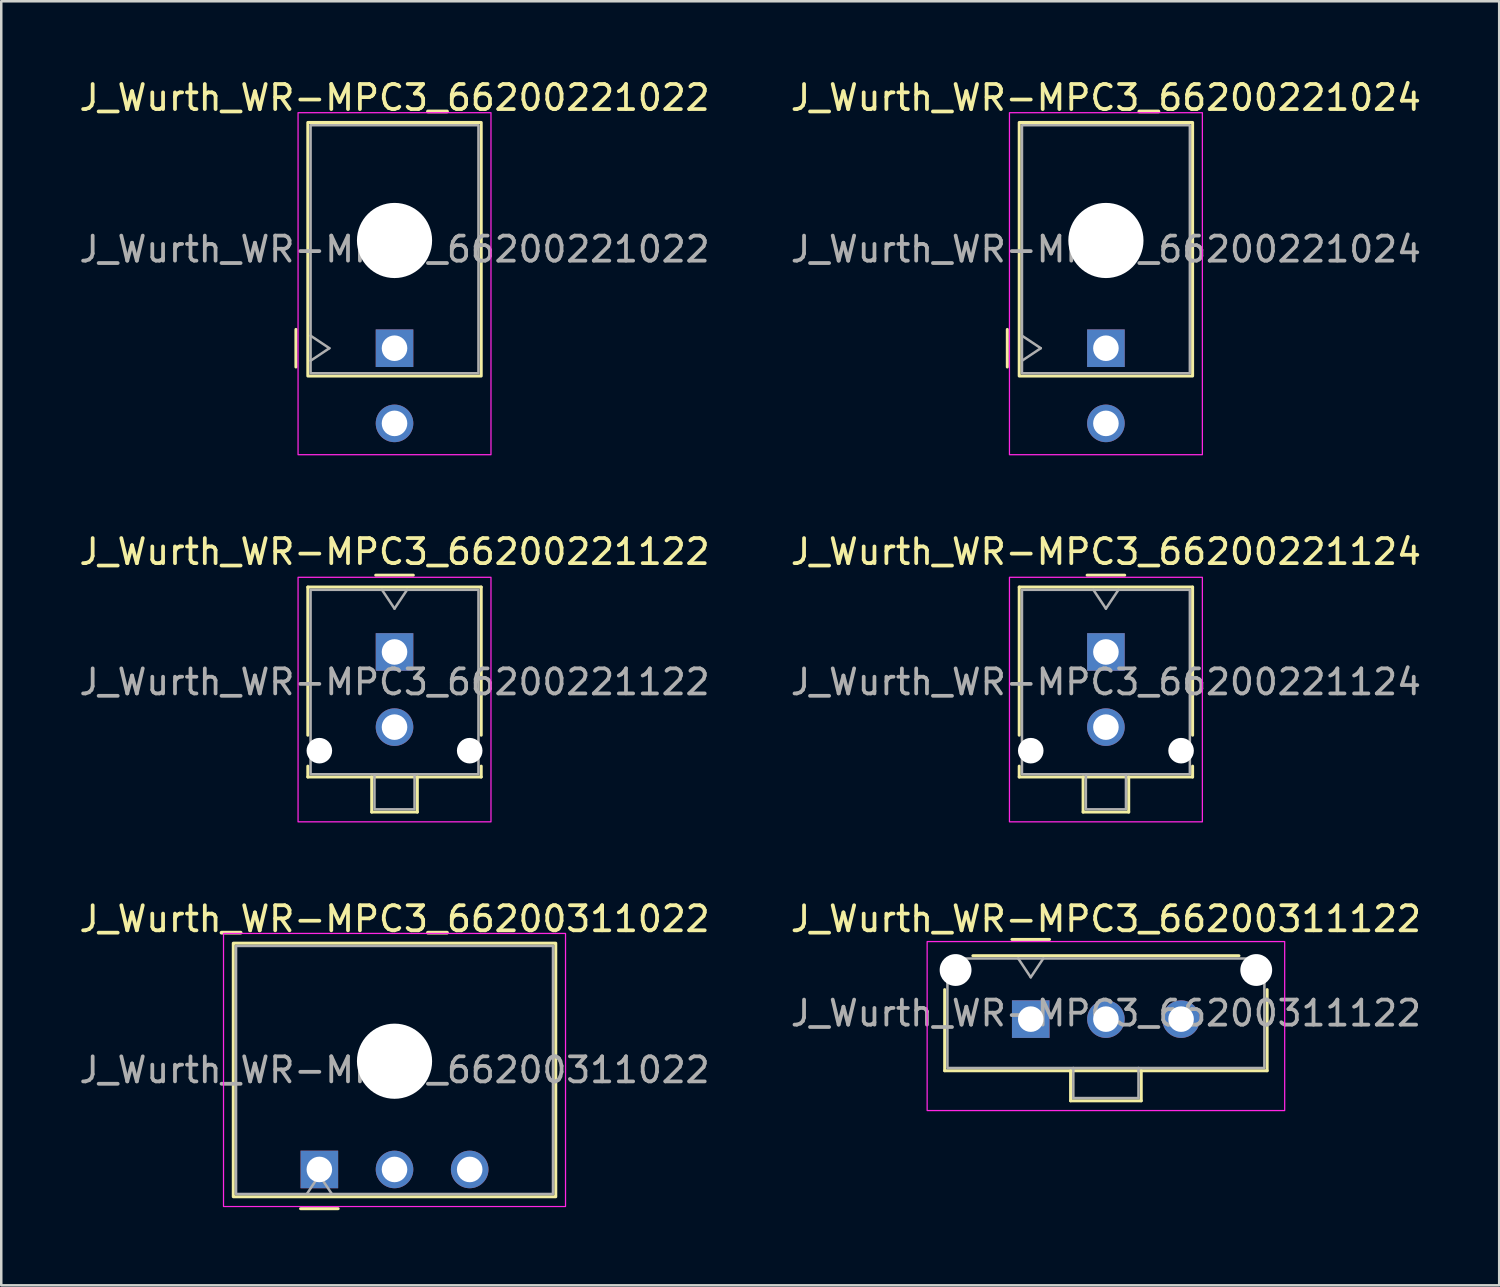
<source format=kicad_pcb>
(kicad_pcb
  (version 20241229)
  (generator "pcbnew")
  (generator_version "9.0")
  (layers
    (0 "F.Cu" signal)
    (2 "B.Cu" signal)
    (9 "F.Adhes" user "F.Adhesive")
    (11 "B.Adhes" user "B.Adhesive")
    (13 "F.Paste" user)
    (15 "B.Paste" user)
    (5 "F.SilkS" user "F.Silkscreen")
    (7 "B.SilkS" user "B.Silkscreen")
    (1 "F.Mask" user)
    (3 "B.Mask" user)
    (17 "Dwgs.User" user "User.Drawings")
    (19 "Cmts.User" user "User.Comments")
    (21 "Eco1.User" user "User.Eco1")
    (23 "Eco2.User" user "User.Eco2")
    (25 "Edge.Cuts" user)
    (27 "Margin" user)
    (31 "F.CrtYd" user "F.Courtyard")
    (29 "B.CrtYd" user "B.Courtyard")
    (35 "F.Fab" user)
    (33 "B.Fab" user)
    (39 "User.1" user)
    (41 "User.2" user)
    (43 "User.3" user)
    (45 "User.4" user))
  (footprint "J_Wurth_WR-MPC3_66200221022"
    (layer "F.Cu")
    (at 12.696 10.848)
    (property "Reference" "J_Wurth_WR-MPC3_66200221022" (at 0 -10 0) (unlocked yes) (layer "F.SilkS") (effects (font (size 1 1) (thickness 0.15))))
    (attr through_hole)
    (fp_line (start -3.935 -0.75) (end -3.935 0.75) (stroke (width 0.12) (type solid)) (layer "F.SilkS"))
    (fp_rect (start -3.46 -9.01) (end 3.46 1.11) (stroke (width 0.12) (type default)) (fill no) (layer "F.SilkS"))
    (fp_rect (start -3.85 -9.4) (end 3.85 4.25) (stroke (width 0.05) (type solid)) (fill no) (layer "F.CrtYd"))
    (fp_line (start -2.6 0) (end -3.35 -0.5) (stroke (width 0.1) (type solid)) (layer "F.Fab"))
    (fp_line (start -2.6 0) (end -3.35 0.5) (stroke (width 0.1) (type solid)) (layer "F.Fab"))
    (fp_rect (start -3.35 -8.9) (end 3.35 1) (stroke (width 0.1) (type solid)) (fill no) (layer "F.Fab"))
    (fp_text user "${REFERENCE}" (at 0 -3.95 0) (unlocked yes) (layer "F.Fab") (effects (font (size 1 1) (thickness 0.15))))
    (pad "" np_thru_hole circle (at 0 -4.3 180) (size 3 3) (drill 3) (layers "*.Cu" "*.Mask"))
    (pad "1" thru_hole rect (at 0 0 180) (size 1.5 1.5) (drill 1.02) (layers "*.Cu" "*.Mask"))
    (pad "2" thru_hole circle (at 0 3 180) (size 1.5 1.5) (drill 1.02) (layers "*.Cu" "*.Mask")))
  (footprint "J_Wurth_WR-MPC3_66200221122"
    (layer "F.Cu")
    (at 12.696 22.971)
    (property "Reference" "J_Wurth_WR-MPC3_66200221122" (at 0 -4 0) (unlocked yes) (layer "F.SilkS") (effects (font (size 1 1) (thickness 0.15))))
    (attr through_hole)
    (fp_line (start -3.46 -2.59) (end -3.46 3.323) (stroke (width 0.12) (type default)) (layer "F.SilkS"))
    (fp_line (start -3.46 -2.59) (end 3.46 -2.59) (stroke (width 0.12) (type default)) (layer "F.SilkS"))
    (fp_line (start -3.46 4.99) (end -3.46 4.557) (stroke (width 0.12) (type default)) (layer "F.SilkS"))
    (fp_line (start -0.91 6.39) (end -0.91 4.99) (stroke (width 0.12) (type default)) (layer "F.SilkS"))
    (fp_line (start -0.75 -3.065) (end 0.75 -3.065) (stroke (width 0.12) (type solid)) (layer "F.SilkS"))
    (fp_line (start 0.91 4.99) (end 0.91 6.39) (stroke (width 0.12) (type default)) (layer "F.SilkS"))
    (fp_line (start 0.91 6.39) (end -0.91 6.39) (stroke (width 0.12) (type default)) (layer "F.SilkS"))
    (fp_line (start 3.46 -2.59) (end 3.46 3.323) (stroke (width 0.12) (type default)) (layer "F.SilkS"))
    (fp_line (start 3.46 4.99) (end -3.46 4.99) (stroke (width 0.12) (type default)) (layer "F.SilkS"))
    (fp_line (start 3.46 4.99) (end 3.46 4.557) (stroke (width 0.12) (type default)) (layer "F.SilkS"))
    (fp_rect (start -3.85 -2.98) (end 3.85 6.78) (stroke (width 0.05) (type solid)) (fill no) (layer "F.CrtYd"))
    (fp_line (start 0 -1.73) (end -0.5 -2.48) (stroke (width 0.1) (type solid)) (layer "F.Fab"))
    (fp_line (start 0 -1.73) (end 0.5 -2.48) (stroke (width 0.1) (type solid)) (layer "F.Fab"))
    (fp_rect (start -3.35 -2.48) (end 3.35 4.88) (stroke (width 0.1) (type solid)) (fill no) (layer "F.Fab"))
    (fp_rect (start -0.8 4.88) (end 0.8 6.28) (stroke (width 0.1) (type solid)) (fill no) (layer "F.Fab"))
    (fp_text user "${REFERENCE}" (at 0 1.2 0) (unlocked yes) (layer "F.Fab") (effects (font (size 1 1) (thickness 0.15))))
    (pad "" np_thru_hole circle (at -3 3.94 180) (size 1.02 1.02) (drill 1.02) (layers "*.Cu" "*.Mask"))
    (pad "" np_thru_hole circle (at 3 3.94 180) (size 1.02 1.02) (drill 1.02) (layers "*.Cu" "*.Mask"))
    (pad "1" thru_hole rect (at 0 0 180) (size 1.5 1.5) (drill 1.02) (layers "*.Cu" "*.Mask"))
    (pad "2" thru_hole circle (at 0 3 180) (size 1.5 1.5) (drill 1.02) (layers "*.Cu" "*.Mask")))
  (footprint "J_Wurth_WR-MPC3_66200311022"
    (layer "F.Cu")
    (at 9.696 43.625)
    (property "Reference" "J_Wurth_WR-MPC3_66200311022" (at 3 -10 0) (unlocked yes) (layer "F.SilkS") (effects (font (size 1 1) (thickness 0.15))))
    (attr through_hole)
    (fp_line (start -0.75 1.565) (end 0.75 1.565) (stroke (width 0.12) (type solid)) (layer "F.SilkS"))
    (fp_rect (start -3.435 -9.03) (end 9.435 1.09) (stroke (width 0.12) (type solid)) (fill no) (layer "F.SilkS"))
    (fp_rect (start -3.825 -9.42) (end 9.825 1.48) (stroke (width 0.05) (type solid)) (fill no) (layer "F.CrtYd"))
    (fp_line (start 0 0.23) (end -0.5 0.98) (stroke (width 0.1) (type solid)) (layer "F.Fab"))
    (fp_line (start 0 0.23) (end 0.5 0.98) (stroke (width 0.1) (type solid)) (layer "F.Fab"))
    (fp_rect (start -3.325 -8.92) (end 9.325 0.98) (stroke (width 0.1) (type solid)) (fill no) (layer "F.Fab"))
    (fp_text user "${REFERENCE}" (at 3 -3.97 0) (unlocked yes) (layer "F.Fab") (effects (font (size 1 1) (thickness 0.15))))
    (pad "" np_thru_hole circle (at 3 -4.32 180) (size 3 3) (drill 3) (layers "*.Cu" "*.Mask"))
    (pad "1" thru_hole rect (at 0 0 180) (size 1.5 1.5) (drill 1.02) (layers "*.Cu" "*.Mask"))
    (pad "2" thru_hole circle (at 3 0 180) (size 1.5 1.5) (drill 1.02) (layers "*.Cu" "*.Mask"))
    (pad "3" thru_hole circle (at 6 0 180) (size 1.5 1.5) (drill 1.02) (layers "*.Cu" "*.Mask")))
  (footprint "J_Wurth_WR-MPC3_66200311122"
    (layer "F.Cu")
    (at 38.089 37.625)
    (property "Reference" "J_Wurth_WR-MPC3_66200311122" (at 3 -4 0) (unlocked yes) (layer "F.SilkS") (effects (font (size 1 1) (thickness 0.15))))
    (attr through_hole)
    (fp_line (start -3.435 2.06) (end -3.435 -1.178) (stroke (width 0.12) (type default)) (layer "F.SilkS"))
    (fp_line (start -2.31 -2.53) (end 8.31 -2.53) (stroke (width 0.12) (type solid)) (layer "F.SilkS"))
    (fp_line (start -0.75 -3.18) (end 0.75 -3.18) (stroke (width 0.12) (type solid)) (layer "F.SilkS"))
    (fp_line (start 1.59 2.06) (end 1.59 3.26) (stroke (width 0.12) (type default)) (layer "F.SilkS"))
    (fp_line (start 1.59 3.26) (end 4.41 3.26) (stroke (width 0.12) (type default)) (layer "F.SilkS"))
    (fp_line (start 4.41 3.26) (end 4.41 2.06) (stroke (width 0.12) (type default)) (layer "F.SilkS"))
    (fp_line (start 9.435 -1.178) (end 9.435 2.06) (stroke (width 0.12) (type solid)) (layer "F.SilkS"))
    (fp_line (start 9.435 2.06) (end -3.435 2.06) (stroke (width 0.12) (type default)) (layer "F.SilkS"))
    (fp_rect (start -4.135 -3.095) (end 10.135 3.65) (stroke (width 0.05) (type solid)) (fill no) (layer "F.CrtYd"))
    (fp_line (start 0 -1.67) (end -0.5 -2.42) (stroke (width 0.1) (type solid)) (layer "F.Fab"))
    (fp_line (start 0 -1.67) (end 0.5 -2.42) (stroke (width 0.1) (type solid)) (layer "F.Fab"))
    (fp_line (start 1.7 1.95) (end 1.7 3.15) (stroke (width 0.1) (type solid)) (layer "F.Fab"))
    (fp_line (start 1.7 3.15) (end 4.3 3.15) (stroke (width 0.1) (type solid)) (layer "F.Fab"))
    (fp_line (start 4.3 1.95) (end 4.3 3.15) (stroke (width 0.1) (type solid)) (layer "F.Fab"))
    (fp_rect (start -3.325 -2.42) (end 9.325 1.95) (stroke (width 0.1) (type solid)) (fill no) (layer "F.Fab"))
    (fp_text user "${REFERENCE}" (at 3 -0.235 0) (unlocked yes) (layer "F.Fab") (effects (font (size 1 1) (thickness 0.15))))
    (pad "" np_thru_hole circle (at -3 -1.96 180) (size 1.27 1.27) (drill 1.27) (layers "*.Cu" "*.Mask"))
    (pad "" np_thru_hole circle (at 9 -1.96 180) (size 1.27 1.27) (drill 1.27) (layers "*.Cu" "*.Mask"))
    (pad "1" thru_hole rect (at 0 0 180) (size 1.5 1.5) (drill 1.02) (layers "*.Cu" "*.Mask"))
    (pad "2" thru_hole circle (at 3 0 180) (size 1.5 1.5) (drill 1.02) (layers "*.Cu" "*.Mask"))
    (pad "3" thru_hole circle (at 6 0 180) (size 1.5 1.5) (drill 1.02) (layers "*.Cu" "*.Mask")))
  (footprint "J_Wurth_WR-MPC3_66200221124"
    (layer "F.Cu")
    (at 41.089 22.971)
    (property "Reference" "J_Wurth_WR-MPC3_66200221124" (at 0 -4 0) (unlocked yes) (layer "F.SilkS") (effects (font (size 1 1) (thickness 0.15))))
    (attr through_hole)
    (fp_line (start -3.46 -2.59) (end -3.46 3.323) (stroke (width 0.12) (type default)) (layer "F.SilkS"))
    (fp_line (start -3.46 -2.59) (end 3.46 -2.59) (stroke (width 0.12) (type default)) (layer "F.SilkS"))
    (fp_line (start -3.46 4.99) (end -3.46 4.557) (stroke (width 0.12) (type default)) (layer "F.SilkS"))
    (fp_line (start -0.91 6.39) (end -0.91 4.99) (stroke (width 0.12) (type default)) (layer "F.SilkS"))
    (fp_line (start -0.75 -3.065) (end 0.75 -3.065) (stroke (width 0.12) (type solid)) (layer "F.SilkS"))
    (fp_line (start 0.91 4.99) (end 0.91 6.39) (stroke (width 0.12) (type default)) (layer "F.SilkS"))
    (fp_line (start 0.91 6.39) (end -0.91 6.39) (stroke (width 0.12) (type default)) (layer "F.SilkS"))
    (fp_line (start 3.46 -2.59) (end 3.46 3.323) (stroke (width 0.12) (type default)) (layer "F.SilkS"))
    (fp_line (start 3.46 4.99) (end -3.46 4.99) (stroke (width 0.12) (type default)) (layer "F.SilkS"))
    (fp_line (start 3.46 4.99) (end 3.46 4.557) (stroke (width 0.12) (type default)) (layer "F.SilkS"))
    (fp_rect (start -3.85 -2.98) (end 3.85 6.78) (stroke (width 0.05) (type solid)) (fill no) (layer "F.CrtYd"))
    (fp_line (start 0 -1.73) (end -0.5 -2.48) (stroke (width 0.1) (type solid)) (layer "F.Fab"))
    (fp_line (start 0 -1.73) (end 0.5 -2.48) (stroke (width 0.1) (type solid)) (layer "F.Fab"))
    (fp_rect (start -3.35 -2.48) (end 3.35 4.88) (stroke (width 0.1) (type solid)) (fill no) (layer "F.Fab"))
    (fp_rect (start -0.8 4.88) (end 0.8 6.28) (stroke (width 0.1) (type solid)) (fill no) (layer "F.Fab"))
    (fp_text user "${REFERENCE}" (at 0 1.2 0) (unlocked yes) (layer "F.Fab") (effects (font (size 1 1) (thickness 0.15))))
    (pad "" np_thru_hole circle (at -3 3.94 180) (size 1.02 1.02) (drill 1.02) (layers "*.Cu" "*.Mask"))
    (pad "" np_thru_hole circle (at 3 3.94 180) (size 1.02 1.02) (drill 1.02) (layers "*.Cu" "*.Mask"))
    (pad "1" thru_hole rect (at 0 0 180) (size 1.5 1.5) (drill 1.02) (layers "*.Cu" "*.Mask"))
    (pad "2" thru_hole circle (at 0 3 180) (size 1.5 1.5) (drill 1.02) (layers "*.Cu" "*.Mask")))
  (footprint "J_Wurth_WR-MPC3_66200221024"
    (layer "F.Cu")
    (at 41.089 10.848)
    (property "Reference" "J_Wurth_WR-MPC3_66200221024" (at 0 -10 0) (unlocked yes) (layer "F.SilkS") (effects (font (size 1 1) (thickness 0.15))))
    (attr through_hole)
    (fp_line (start -3.935 -0.75) (end -3.935 0.75) (stroke (width 0.12) (type solid)) (layer "F.SilkS"))
    (fp_rect (start -3.46 -9.01) (end 3.46 1.11) (stroke (width 0.12) (type default)) (fill no) (layer "F.SilkS"))
    (fp_rect (start -3.85 -9.4) (end 3.85 4.25) (stroke (width 0.05) (type solid)) (fill no) (layer "F.CrtYd"))
    (fp_line (start -2.6 0) (end -3.35 -0.5) (stroke (width 0.1) (type solid)) (layer "F.Fab"))
    (fp_line (start -2.6 0) (end -3.35 0.5) (stroke (width 0.1) (type solid)) (layer "F.Fab"))
    (fp_rect (start -3.35 -8.9) (end 3.35 1) (stroke (width 0.1) (type solid)) (fill no) (layer "F.Fab"))
    (fp_text user "${REFERENCE}" (at 0 -3.95 0) (unlocked yes) (layer "F.Fab") (effects (font (size 1 1) (thickness 0.15))))
    (pad "" np_thru_hole circle (at 0 -4.3 180) (size 3 3) (drill 3) (layers "*.Cu" "*.Mask"))
    (pad "1" thru_hole rect (at 0 0 180) (size 1.5 1.5) (drill 1.02) (layers "*.Cu" "*.Mask"))
    (pad "2" thru_hole circle (at 0 3 180) (size 1.5 1.5) (drill 1.02) (layers "*.Cu" "*.Mask")))
  (gr_rect
    (start -3 -3)
    (end 56.786 48.25)
    (stroke (width 0.1) (type default))
    (fill no)
    (layer "Edge.Cuts")))
</source>
